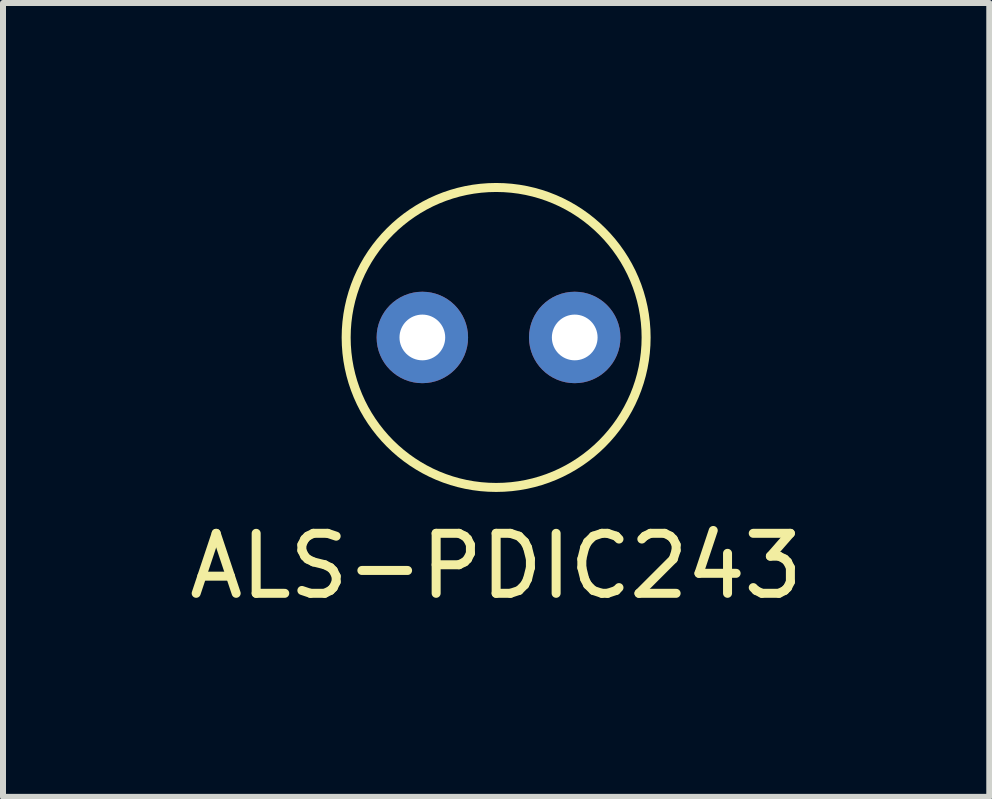
<source format=kicad_pcb>
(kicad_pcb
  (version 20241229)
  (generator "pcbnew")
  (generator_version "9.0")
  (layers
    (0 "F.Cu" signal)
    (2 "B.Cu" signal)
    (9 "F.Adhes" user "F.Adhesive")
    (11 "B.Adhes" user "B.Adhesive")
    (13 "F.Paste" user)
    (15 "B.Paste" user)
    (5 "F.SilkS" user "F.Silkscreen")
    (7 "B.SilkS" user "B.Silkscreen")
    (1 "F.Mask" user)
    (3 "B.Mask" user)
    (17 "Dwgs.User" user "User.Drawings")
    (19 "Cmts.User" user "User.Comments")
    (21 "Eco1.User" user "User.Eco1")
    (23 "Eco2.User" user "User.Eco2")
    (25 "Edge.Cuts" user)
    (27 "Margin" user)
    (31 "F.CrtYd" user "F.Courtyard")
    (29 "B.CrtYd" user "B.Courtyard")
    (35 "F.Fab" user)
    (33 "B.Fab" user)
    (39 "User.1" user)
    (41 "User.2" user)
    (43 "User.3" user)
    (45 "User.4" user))
  (footprint "ALS-PDIC243"
    (layer "F.Cu")
    (at 5.22 2.575)
    (property "Reference" "ALS-PDIC243" (at 0 3.81 0) (layer "F.SilkS") (effects (font (size 1 1) (thickness 0.15))))
    (attr through_hole)
    (fp_circle (center 0 0) (end 2.5 0) (stroke (width 0.15) (type solid)) (fill no) (layer "F.SilkS"))
    (pad "1" thru_hole circle (at -1.23 0) (size 1.524 1.524) (drill 0.762) (layers "*.Cu" "*.Mask"))
    (pad "2" thru_hole circle (at 1.31 0) (size 1.524 1.524) (drill 0.762) (layers "*.Cu" "*.Mask")))
  (gr_rect
    (start -3 -3)
    (end 13.44 10.233)
    (stroke (width 0.1) (type default))
    (fill no)
    (layer "Edge.Cuts")))
</source>
